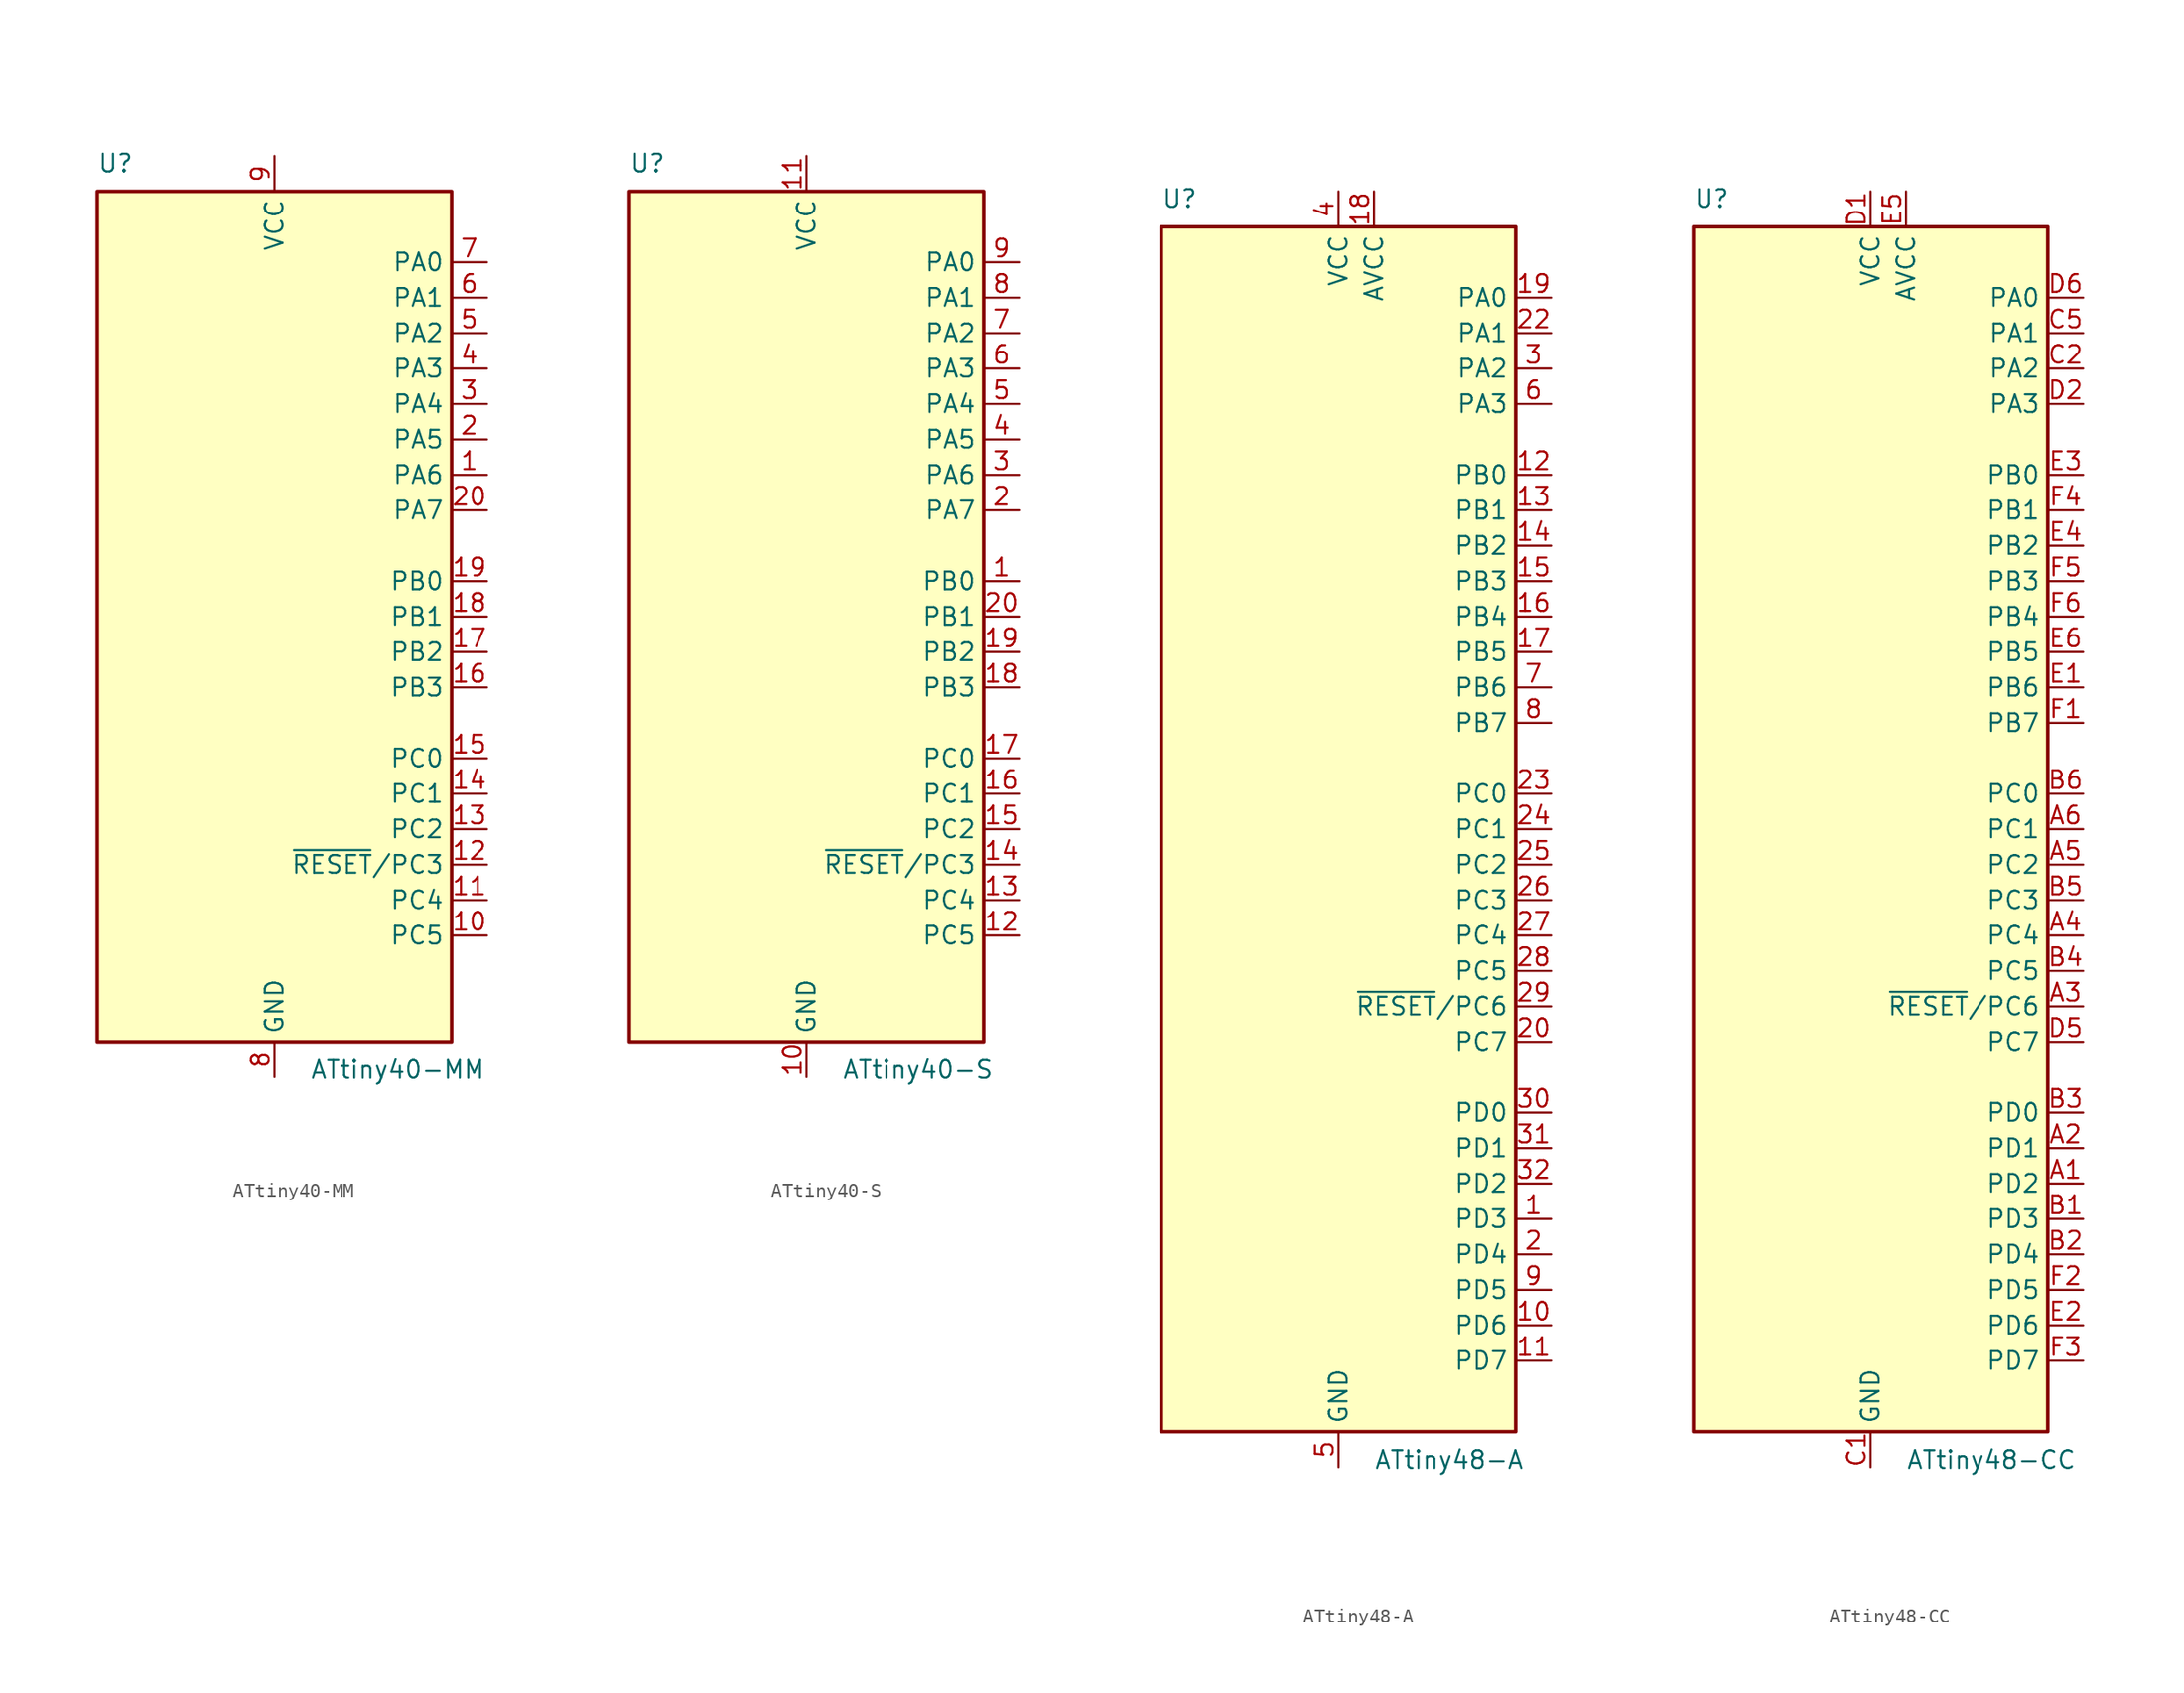
<source format=kicad_sym>
(kicad_symbol_lib
  (version 20231120)
  (generator "kicad_symbol_editor")
  (generator_version "8.0")
  (symbol "ATtiny40-MM"
    (property "Reference" "U"
      (at -12.7 31.75 0)
      (effects (font (size 1.27 1.27)) (justify left bottom)))
    (property "Value" "ATtiny40-MM"
      (at 2.54 -31.75 0)
      (effects (font (size 1.27 1.27)) (justify left top)))
    (symbol "ATtiny40-MM_0_1"
      (rectangle (start -12.7 -30.48) (end 12.7 30.48) (stroke (width 0.254) (type default)) (fill (type background))))
    (symbol "ATtiny40-MM_1_1"
      (pin bidirectional line (at 15.24 10.16 180) (length 2.54) (name "PA6" (effects (font (size 1.27 1.27)))) (number "1" (effects (font (size 1.27 1.27)))))
      (pin bidirectional line (at 15.24 -22.86 180) (length 2.54) (name "PC5" (effects (font (size 1.27 1.27)))) (number "10" (effects (font (size 1.27 1.27)))))
      (pin bidirectional line (at 15.24 -20.32 180) (length 2.54) (name "PC4" (effects (font (size 1.27 1.27)))) (number "11" (effects (font (size 1.27 1.27)))))
      (pin bidirectional line (at 15.24 -17.78 180) (length 2.54) (name "~{RESET}/PC3" (effects (font (size 1.27 1.27)))) (number "12" (effects (font (size 1.27 1.27)))))
      (pin bidirectional line (at 15.24 -15.24 180) (length 2.54) (name "PC2" (effects (font (size 1.27 1.27)))) (number "13" (effects (font (size 1.27 1.27)))))
      (pin bidirectional line (at 15.24 -12.7 180) (length 2.54) (name "PC1" (effects (font (size 1.27 1.27)))) (number "14" (effects (font (size 1.27 1.27)))))
      (pin bidirectional line (at 15.24 -10.16 180) (length 2.54) (name "PC0" (effects (font (size 1.27 1.27)))) (number "15" (effects (font (size 1.27 1.27)))))
      (pin bidirectional line (at 15.24 -5.08 180) (length 2.54) (name "PB3" (effects (font (size 1.27 1.27)))) (number "16" (effects (font (size 1.27 1.27)))))
      (pin bidirectional line (at 15.24 -2.54 180) (length 2.54) (name "PB2" (effects (font (size 1.27 1.27)))) (number "17" (effects (font (size 1.27 1.27)))))
      (pin bidirectional line (at 15.24 0 180) (length 2.54) (name "PB1" (effects (font (size 1.27 1.27)))) (number "18" (effects (font (size 1.27 1.27)))))
      (pin bidirectional line (at 15.24 2.54 180) (length 2.54) (name "PB0" (effects (font (size 1.27 1.27)))) (number "19" (effects (font (size 1.27 1.27)))))
      (pin bidirectional line (at 15.24 12.7 180) (length 2.54) (name "PA5" (effects (font (size 1.27 1.27)))) (number "2" (effects (font (size 1.27 1.27)))))
      (pin bidirectional line (at 15.24 7.62 180) (length 2.54) (name "PA7" (effects (font (size 1.27 1.27)))) (number "20" (effects (font (size 1.27 1.27)))))
      (pin passive line (at 0 -33.02 90) (length 2.54) hide (name "GND" (effects (font (size 1.27 1.27)))) (number "21" (effects (font (size 1.27 1.27)))))
      (pin bidirectional line (at 15.24 15.24 180) (length 2.54) (name "PA4" (effects (font (size 1.27 1.27)))) (number "3" (effects (font (size 1.27 1.27)))))
      (pin bidirectional line (at 15.24 17.78 180) (length 2.54) (name "PA3" (effects (font (size 1.27 1.27)))) (number "4" (effects (font (size 1.27 1.27)))))
      (pin bidirectional line (at 15.24 20.32 180) (length 2.54) (name "PA2" (effects (font (size 1.27 1.27)))) (number "5" (effects (font (size 1.27 1.27)))))
      (pin bidirectional line (at 15.24 22.86 180) (length 2.54) (name "PA1" (effects (font (size 1.27 1.27)))) (number "6" (effects (font (size 1.27 1.27)))))
      (pin bidirectional line (at 15.24 25.4 180) (length 2.54) (name "PA0" (effects (font (size 1.27 1.27)))) (number "7" (effects (font (size 1.27 1.27)))))
      (pin power_in line (at 0 -33.02 90) (length 2.54) (name "GND" (effects (font (size 1.27 1.27)))) (number "8" (effects (font (size 1.27 1.27)))))
      (pin power_in line (at 0 33.02 270) (length 2.54) (name "VCC" (effects (font (size 1.27 1.27)))) (number "9" (effects (font (size 1.27 1.27)))))))
  (symbol "ATtiny40-S"
    (property "Reference" "U"
      (at -12.7 31.75 0)
      (effects (font (size 1.27 1.27)) (justify left bottom)))
    (property "Value" "ATtiny40-S"
      (at 2.54 -31.75 0)
      (effects (font (size 1.27 1.27)) (justify left top)))
    (symbol "ATtiny40-S_0_1"
      (rectangle (start -12.7 -30.48) (end 12.7 30.48) (stroke (width 0.254) (type default)) (fill (type background))))
    (symbol "ATtiny40-S_1_1"
      (pin bidirectional line (at 15.24 2.54 180) (length 2.54) (name "PB0" (effects (font (size 1.27 1.27)))) (number "1" (effects (font (size 1.27 1.27)))))
      (pin power_in line (at 0 -33.02 90) (length 2.54) (name "GND" (effects (font (size 1.27 1.27)))) (number "10" (effects (font (size 1.27 1.27)))))
      (pin power_in line (at 0 33.02 270) (length 2.54) (name "VCC" (effects (font (size 1.27 1.27)))) (number "11" (effects (font (size 1.27 1.27)))))
      (pin bidirectional line (at 15.24 -22.86 180) (length 2.54) (name "PC5" (effects (font (size 1.27 1.27)))) (number "12" (effects (font (size 1.27 1.27)))))
      (pin bidirectional line (at 15.24 -20.32 180) (length 2.54) (name "PC4" (effects (font (size 1.27 1.27)))) (number "13" (effects (font (size 1.27 1.27)))))
      (pin bidirectional line (at 15.24 -17.78 180) (length 2.54) (name "~{RESET}/PC3" (effects (font (size 1.27 1.27)))) (number "14" (effects (font (size 1.27 1.27)))))
      (pin bidirectional line (at 15.24 -15.24 180) (length 2.54) (name "PC2" (effects (font (size 1.27 1.27)))) (number "15" (effects (font (size 1.27 1.27)))))
      (pin bidirectional line (at 15.24 -12.7 180) (length 2.54) (name "PC1" (effects (font (size 1.27 1.27)))) (number "16" (effects (font (size 1.27 1.27)))))
      (pin bidirectional line (at 15.24 -10.16 180) (length 2.54) (name "PC0" (effects (font (size 1.27 1.27)))) (number "17" (effects (font (size 1.27 1.27)))))
      (pin bidirectional line (at 15.24 -5.08 180) (length 2.54) (name "PB3" (effects (font (size 1.27 1.27)))) (number "18" (effects (font (size 1.27 1.27)))))
      (pin bidirectional line (at 15.24 -2.54 180) (length 2.54) (name "PB2" (effects (font (size 1.27 1.27)))) (number "19" (effects (font (size 1.27 1.27)))))
      (pin bidirectional line (at 15.24 7.62 180) (length 2.54) (name "PA7" (effects (font (size 1.27 1.27)))) (number "2" (effects (font (size 1.27 1.27)))))
      (pin bidirectional line (at 15.24 0 180) (length 2.54) (name "PB1" (effects (font (size 1.27 1.27)))) (number "20" (effects (font (size 1.27 1.27)))))
      (pin bidirectional line (at 15.24 10.16 180) (length 2.54) (name "PA6" (effects (font (size 1.27 1.27)))) (number "3" (effects (font (size 1.27 1.27)))))
      (pin bidirectional line (at 15.24 12.7 180) (length 2.54) (name "PA5" (effects (font (size 1.27 1.27)))) (number "4" (effects (font (size 1.27 1.27)))))
      (pin bidirectional line (at 15.24 15.24 180) (length 2.54) (name "PA4" (effects (font (size 1.27 1.27)))) (number "5" (effects (font (size 1.27 1.27)))))
      (pin bidirectional line (at 15.24 17.78 180) (length 2.54) (name "PA3" (effects (font (size 1.27 1.27)))) (number "6" (effects (font (size 1.27 1.27)))))
      (pin bidirectional line (at 15.24 20.32 180) (length 2.54) (name "PA2" (effects (font (size 1.27 1.27)))) (number "7" (effects (font (size 1.27 1.27)))))
      (pin bidirectional line (at 15.24 22.86 180) (length 2.54) (name "PA1" (effects (font (size 1.27 1.27)))) (number "8" (effects (font (size 1.27 1.27)))))
      (pin bidirectional line (at 15.24 25.4 180) (length 2.54) (name "PA0" (effects (font (size 1.27 1.27)))) (number "9" (effects (font (size 1.27 1.27)))))))
  (symbol "ATtiny48-A"
    (property "Reference" "U"
      (at -12.7 44.45 0)
      (effects (font (size 1.27 1.27)) (justify left bottom)))
    (property "Value" "ATtiny48-A"
      (at 2.54 -44.45 0)
      (effects (font (size 1.27 1.27)) (justify left top)))
    (symbol "ATtiny48-A_0_1"
      (rectangle (start -12.7 -43.18) (end 12.7 43.18) (stroke (width 0.254) (type default)) (fill (type background))))
    (symbol "ATtiny48-A_1_1"
      (pin bidirectional line (at 15.24 -27.94 180) (length 2.54) (name "PD3" (effects (font (size 1.27 1.27)))) (number "1" (effects (font (size 1.27 1.27)))))
      (pin bidirectional line (at 15.24 -35.56 180) (length 2.54) (name "PD6" (effects (font (size 1.27 1.27)))) (number "10" (effects (font (size 1.27 1.27)))))
      (pin bidirectional line (at 15.24 -38.1 180) (length 2.54) (name "PD7" (effects (font (size 1.27 1.27)))) (number "11" (effects (font (size 1.27 1.27)))))
      (pin bidirectional line (at 15.24 25.4 180) (length 2.54) (name "PB0" (effects (font (size 1.27 1.27)))) (number "12" (effects (font (size 1.27 1.27)))))
      (pin bidirectional line (at 15.24 22.86 180) (length 2.54) (name "PB1" (effects (font (size 1.27 1.27)))) (number "13" (effects (font (size 1.27 1.27)))))
      (pin bidirectional line (at 15.24 20.32 180) (length 2.54) (name "PB2" (effects (font (size 1.27 1.27)))) (number "14" (effects (font (size 1.27 1.27)))))
      (pin bidirectional line (at 15.24 17.78 180) (length 2.54) (name "PB3" (effects (font (size 1.27 1.27)))) (number "15" (effects (font (size 1.27 1.27)))))
      (pin bidirectional line (at 15.24 15.24 180) (length 2.54) (name "PB4" (effects (font (size 1.27 1.27)))) (number "16" (effects (font (size 1.27 1.27)))))
      (pin bidirectional line (at 15.24 12.7 180) (length 2.54) (name "PB5" (effects (font (size 1.27 1.27)))) (number "17" (effects (font (size 1.27 1.27)))))
      (pin power_in line (at 2.54 45.72 270) (length 2.54) (name "AVCC" (effects (font (size 1.27 1.27)))) (number "18" (effects (font (size 1.27 1.27)))))
      (pin bidirectional line (at 15.24 38.1 180) (length 2.54) (name "PA0" (effects (font (size 1.27 1.27)))) (number "19" (effects (font (size 1.27 1.27)))))
      (pin bidirectional line (at 15.24 -30.48 180) (length 2.54) (name "PD4" (effects (font (size 1.27 1.27)))) (number "2" (effects (font (size 1.27 1.27)))))
      (pin bidirectional line (at 15.24 -15.24 180) (length 2.54) (name "PC7" (effects (font (size 1.27 1.27)))) (number "20" (effects (font (size 1.27 1.27)))))
      (pin passive line (at 0 -45.72 90) (length 2.54) hide (name "GND" (effects (font (size 1.27 1.27)))) (number "21" (effects (font (size 1.27 1.27)))))
      (pin bidirectional line (at 15.24 35.56 180) (length 2.54) (name "PA1" (effects (font (size 1.27 1.27)))) (number "22" (effects (font (size 1.27 1.27)))))
      (pin bidirectional line (at 15.24 2.54 180) (length 2.54) (name "PC0" (effects (font (size 1.27 1.27)))) (number "23" (effects (font (size 1.27 1.27)))))
      (pin bidirectional line (at 15.24 0 180) (length 2.54) (name "PC1" (effects (font (size 1.27 1.27)))) (number "24" (effects (font (size 1.27 1.27)))))
      (pin bidirectional line (at 15.24 -2.54 180) (length 2.54) (name "PC2" (effects (font (size 1.27 1.27)))) (number "25" (effects (font (size 1.27 1.27)))))
      (pin bidirectional line (at 15.24 -5.08 180) (length 2.54) (name "PC3" (effects (font (size 1.27 1.27)))) (number "26" (effects (font (size 1.27 1.27)))))
      (pin bidirectional line (at 15.24 -7.62 180) (length 2.54) (name "PC4" (effects (font (size 1.27 1.27)))) (number "27" (effects (font (size 1.27 1.27)))))
      (pin bidirectional line (at 15.24 -10.16 180) (length 2.54) (name "PC5" (effects (font (size 1.27 1.27)))) (number "28" (effects (font (size 1.27 1.27)))))
      (pin bidirectional line (at 15.24 -12.7 180) (length 2.54) (name "~{RESET}/PC6" (effects (font (size 1.27 1.27)))) (number "29" (effects (font (size 1.27 1.27)))))
      (pin bidirectional line (at 15.24 33.02 180) (length 2.54) (name "PA2" (effects (font (size 1.27 1.27)))) (number "3" (effects (font (size 1.27 1.27)))))
      (pin bidirectional line (at 15.24 -20.32 180) (length 2.54) (name "PD0" (effects (font (size 1.27 1.27)))) (number "30" (effects (font (size 1.27 1.27)))))
      (pin bidirectional line (at 15.24 -22.86 180) (length 2.54) (name "PD1" (effects (font (size 1.27 1.27)))) (number "31" (effects (font (size 1.27 1.27)))))
      (pin bidirectional line (at 15.24 -25.4 180) (length 2.54) (name "PD2" (effects (font (size 1.27 1.27)))) (number "32" (effects (font (size 1.27 1.27)))))
      (pin power_in line (at 0 45.72 270) (length 2.54) (name "VCC" (effects (font (size 1.27 1.27)))) (number "4" (effects (font (size 1.27 1.27)))))
      (pin power_in line (at 0 -45.72 90) (length 2.54) (name "GND" (effects (font (size 1.27 1.27)))) (number "5" (effects (font (size 1.27 1.27)))))
      (pin bidirectional line (at 15.24 30.48 180) (length 2.54) (name "PA3" (effects (font (size 1.27 1.27)))) (number "6" (effects (font (size 1.27 1.27)))))
      (pin bidirectional line (at 15.24 10.16 180) (length 2.54) (name "PB6" (effects (font (size 1.27 1.27)))) (number "7" (effects (font (size 1.27 1.27)))))
      (pin bidirectional line (at 15.24 7.62 180) (length 2.54) (name "PB7" (effects (font (size 1.27 1.27)))) (number "8" (effects (font (size 1.27 1.27)))))
      (pin bidirectional line (at 15.24 -33.02 180) (length 2.54) (name "PD5" (effects (font (size 1.27 1.27)))) (number "9" (effects (font (size 1.27 1.27)))))))
  (symbol "ATtiny48-CC"
    (property "Reference" "U"
      (at -12.7 44.45 0)
      (effects (font (size 1.27 1.27)) (justify left bottom)))
    (property "Value" "ATtiny48-CC"
      (at 2.54 -44.45 0)
      (effects (font (size 1.27 1.27)) (justify left top)))
    (symbol "ATtiny48-CC_0_1"
      (rectangle (start -12.7 -43.18) (end 12.7 43.18) (stroke (width 0.254) (type default)) (fill (type background))))
    (symbol "ATtiny48-CC_1_1"
      (pin bidirectional line (at 15.24 -25.4 180) (length 2.54) (name "PD2" (effects (font (size 1.27 1.27)))) (number "A1" (effects (font (size 1.27 1.27)))))
      (pin bidirectional line (at 15.24 -22.86 180) (length 2.54) (name "PD1" (effects (font (size 1.27 1.27)))) (number "A2" (effects (font (size 1.27 1.27)))))
      (pin bidirectional line (at 15.24 -12.7 180) (length 2.54) (name "~{RESET}/PC6" (effects (font (size 1.27 1.27)))) (number "A3" (effects (font (size 1.27 1.27)))))
      (pin bidirectional line (at 15.24 -7.62 180) (length 2.54) (name "PC4" (effects (font (size 1.27 1.27)))) (number "A4" (effects (font (size 1.27 1.27)))))
      (pin bidirectional line (at 15.24 -2.54 180) (length 2.54) (name "PC2" (effects (font (size 1.27 1.27)))) (number "A5" (effects (font (size 1.27 1.27)))))
      (pin bidirectional line (at 15.24 0 180) (length 2.54) (name "PC1" (effects (font (size 1.27 1.27)))) (number "A6" (effects (font (size 1.27 1.27)))))
      (pin bidirectional line (at 15.24 -27.94 180) (length 2.54) (name "PD3" (effects (font (size 1.27 1.27)))) (number "B1" (effects (font (size 1.27 1.27)))))
      (pin bidirectional line (at 15.24 -30.48 180) (length 2.54) (name "PD4" (effects (font (size 1.27 1.27)))) (number "B2" (effects (font (size 1.27 1.27)))))
      (pin bidirectional line (at 15.24 -20.32 180) (length 2.54) (name "PD0" (effects (font (size 1.27 1.27)))) (number "B3" (effects (font (size 1.27 1.27)))))
      (pin bidirectional line (at 15.24 -10.16 180) (length 2.54) (name "PC5" (effects (font (size 1.27 1.27)))) (number "B4" (effects (font (size 1.27 1.27)))))
      (pin bidirectional line (at 15.24 -5.08 180) (length 2.54) (name "PC3" (effects (font (size 1.27 1.27)))) (number "B5" (effects (font (size 1.27 1.27)))))
      (pin bidirectional line (at 15.24 2.54 180) (length 2.54) (name "PC0" (effects (font (size 1.27 1.27)))) (number "B6" (effects (font (size 1.27 1.27)))))
      (pin power_in line (at 0 -45.72 90) (length 2.54) (name "GND" (effects (font (size 1.27 1.27)))) (number "C1" (effects (font (size 1.27 1.27)))))
      (pin bidirectional line (at 15.24 33.02 180) (length 2.54) (name "PA2" (effects (font (size 1.27 1.27)))) (number "C2" (effects (font (size 1.27 1.27)))))
      (pin bidirectional line (at 15.24 35.56 180) (length 2.54) (name "PA1" (effects (font (size 1.27 1.27)))) (number "C5" (effects (font (size 1.27 1.27)))))
      (pin passive line (at 0 -45.72 90) (length 2.54) hide (name "GND" (effects (font (size 1.27 1.27)))) (number "C6" (effects (font (size 1.27 1.27)))))
      (pin power_in line (at 0 45.72 270) (length 2.54) (name "VCC" (effects (font (size 1.27 1.27)))) (number "D1" (effects (font (size 1.27 1.27)))))
      (pin bidirectional line (at 15.24 30.48 180) (length 2.54) (name "PA3" (effects (font (size 1.27 1.27)))) (number "D2" (effects (font (size 1.27 1.27)))))
      (pin bidirectional line (at 15.24 -15.24 180) (length 2.54) (name "PC7" (effects (font (size 1.27 1.27)))) (number "D5" (effects (font (size 1.27 1.27)))))
      (pin bidirectional line (at 15.24 38.1 180) (length 2.54) (name "PA0" (effects (font (size 1.27 1.27)))) (number "D6" (effects (font (size 1.27 1.27)))))
      (pin bidirectional line (at 15.24 10.16 180) (length 2.54) (name "PB6" (effects (font (size 1.27 1.27)))) (number "E1" (effects (font (size 1.27 1.27)))))
      (pin bidirectional line (at 15.24 -35.56 180) (length 2.54) (name "PD6" (effects (font (size 1.27 1.27)))) (number "E2" (effects (font (size 1.27 1.27)))))
      (pin bidirectional line (at 15.24 25.4 180) (length 2.54) (name "PB0" (effects (font (size 1.27 1.27)))) (number "E3" (effects (font (size 1.27 1.27)))))
      (pin bidirectional line (at 15.24 20.32 180) (length 2.54) (name "PB2" (effects (font (size 1.27 1.27)))) (number "E4" (effects (font (size 1.27 1.27)))))
      (pin power_in line (at 2.54 45.72 270) (length 2.54) (name "AVCC" (effects (font (size 1.27 1.27)))) (number "E5" (effects (font (size 1.27 1.27)))))
      (pin bidirectional line (at 15.24 12.7 180) (length 2.54) (name "PB5" (effects (font (size 1.27 1.27)))) (number "E6" (effects (font (size 1.27 1.27)))))
      (pin bidirectional line (at 15.24 7.62 180) (length 2.54) (name "PB7" (effects (font (size 1.27 1.27)))) (number "F1" (effects (font (size 1.27 1.27)))))
      (pin bidirectional line (at 15.24 -33.02 180) (length 2.54) (name "PD5" (effects (font (size 1.27 1.27)))) (number "F2" (effects (font (size 1.27 1.27)))))
      (pin bidirectional line (at 15.24 -38.1 180) (length 2.54) (name "PD7" (effects (font (size 1.27 1.27)))) (number "F3" (effects (font (size 1.27 1.27)))))
      (pin bidirectional line (at 15.24 22.86 180) (length 2.54) (name "PB1" (effects (font (size 1.27 1.27)))) (number "F4" (effects (font (size 1.27 1.27)))))
      (pin bidirectional line (at 15.24 17.78 180) (length 2.54) (name "PB3" (effects (font (size 1.27 1.27)))) (number "F5" (effects (font (size 1.27 1.27)))))
      (pin bidirectional line (at 15.24 15.24 180) (length 2.54) (name "PB4" (effects (font (size 1.27 1.27)))) (number "F6" (effects (font (size 1.27 1.27))))))))
</source>
